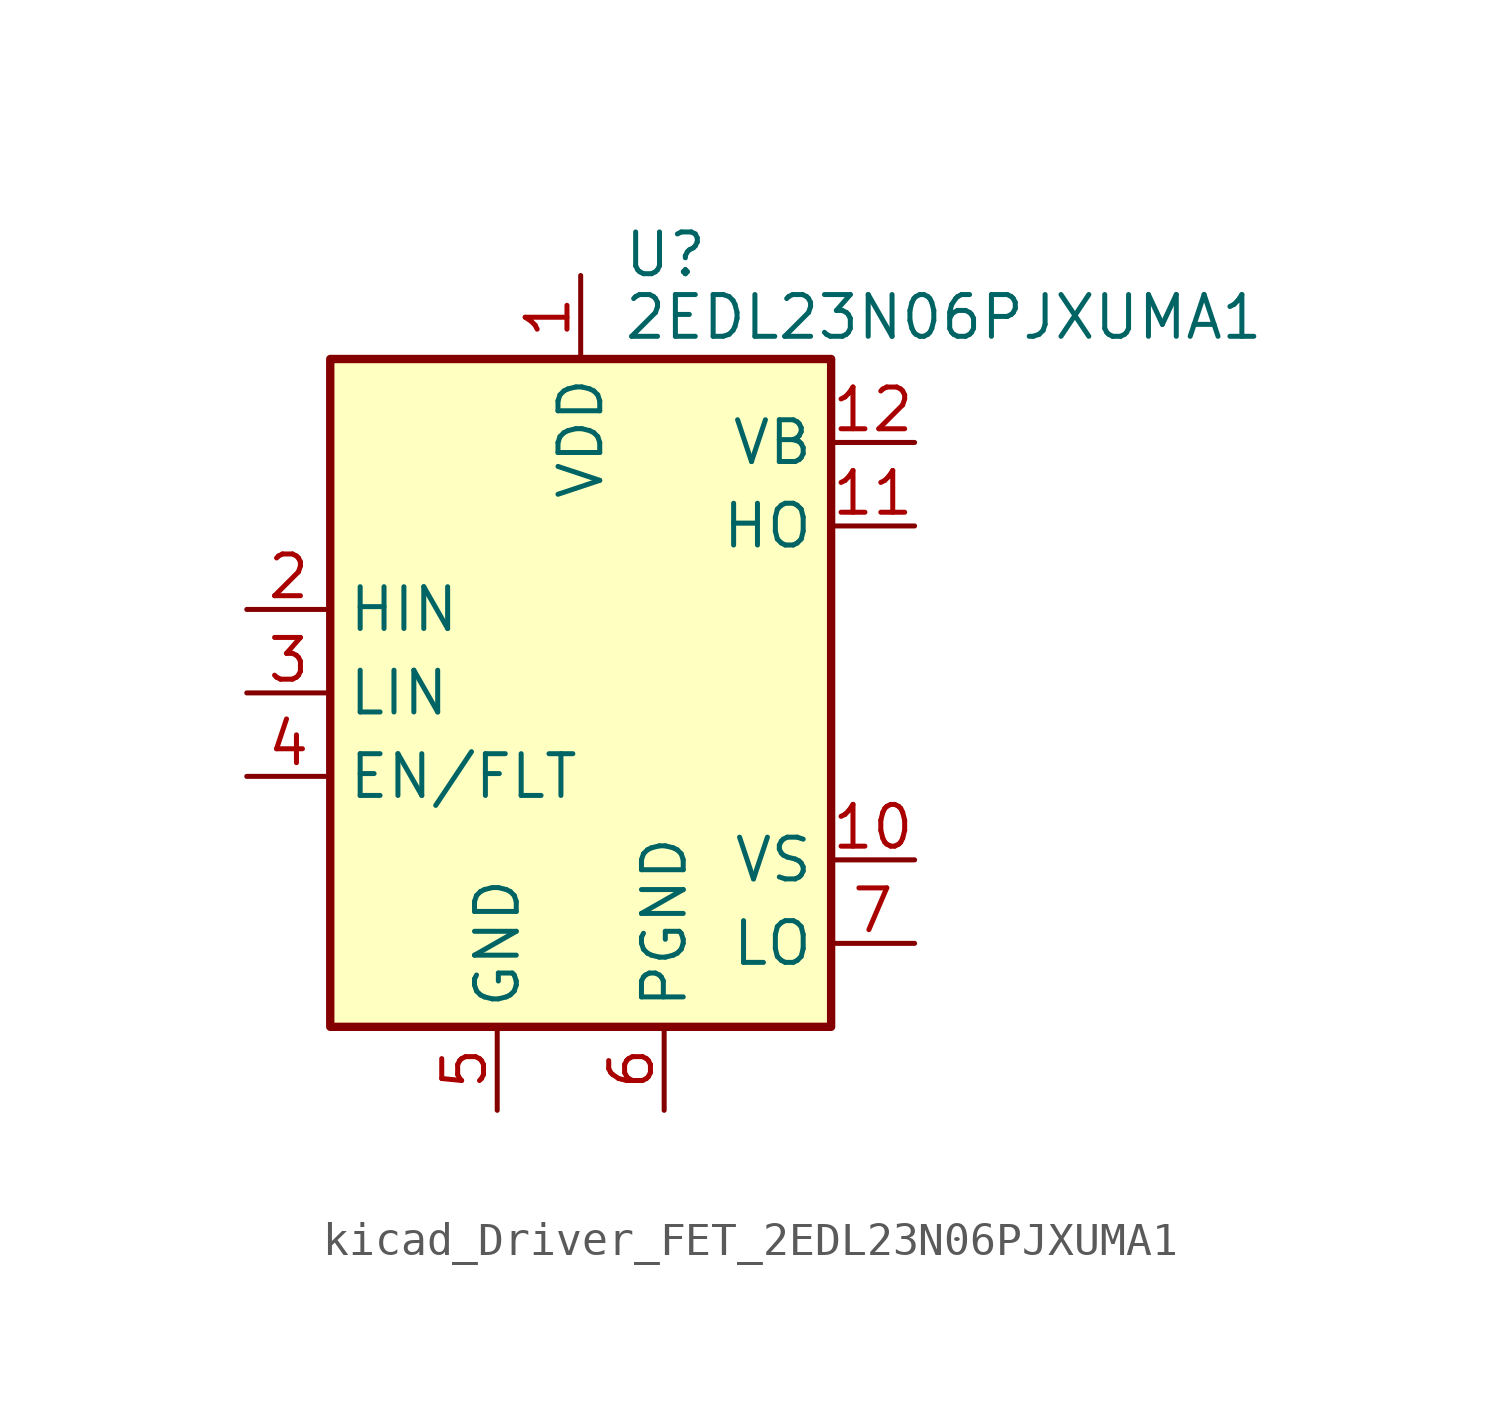
<source format=kicad_sym>
(kicad_symbol_lib
  (version 20220914)
  (generator kicad_symbol_editor)
  (symbol "kicad_Driver_FET_2EDL23N06PJXUMA1"
    (property "Reference" "U"
      (at 1.27 13.335 0)
      (effects (font (size 1.27 1.27)) (justify left)))
    (property "Value" "2EDL23N06PJXUMA1"
      (at 1.27 11.43 0)
      (effects (font (size 1.27 1.27)) (justify left)))
    (symbol "kicad_Driver_FET_2EDL23N06PJXUMA1_0_1"
      (rectangle (start -7.62 -10.16) (end 7.62 10.16) (stroke (width 0.254) (type default)) (fill (type background))))
    (symbol "kicad_Driver_FET_2EDL23N06PJXUMA1_1_1"
      (pin power_in line (at 0 12.7 270) (length 2.54) (name "VDD" (effects (font (size 1.27 1.27)))) (number "1" (effects (font (size 1.27 1.27)))))
      (pin passive line (at 10.16 -5.08 180) (length 2.54) (name "VS" (effects (font (size 1.27 1.27)))) (number "10" (effects (font (size 1.27 1.27)))))
      (pin output line (at 10.16 5.08 180) (length 2.54) (name "HO" (effects (font (size 1.27 1.27)))) (number "11" (effects (font (size 1.27 1.27)))))
      (pin passive line (at 10.16 7.62 180) (length 2.54) (name "VB" (effects (font (size 1.27 1.27)))) (number "12" (effects (font (size 1.27 1.27)))))
      (pin no_connect line (at 7.62 0 180) (length 2.54) hide (name "NC" (effects (font (size 1.27 1.27)))) (number "13" (effects (font (size 1.27 1.27)))))
      (pin no_connect line (at 7.62 2.54 180) (length 2.54) hide (name "NC" (effects (font (size 1.27 1.27)))) (number "14" (effects (font (size 1.27 1.27)))))
      (pin input line (at -10.16 2.54 0) (length 2.54) (name "HIN" (effects (font (size 1.27 1.27)))) (number "2" (effects (font (size 1.27 1.27)))))
      (pin input line (at -10.16 0 0) (length 2.54) (name "LIN" (effects (font (size 1.27 1.27)))) (number "3" (effects (font (size 1.27 1.27)))))
      (pin open_collector line (at -10.16 -2.54 0) (length 2.54) (name "EN/FLT" (effects (font (size 1.27 1.27)))) (number "4" (effects (font (size 1.27 1.27)))))
      (pin power_in line (at -2.54 -12.7 90) (length 2.54) (name "GND" (effects (font (size 1.27 1.27)))) (number "5" (effects (font (size 1.27 1.27)))))
      (pin power_in line (at 2.54 -12.7 90) (length 2.54) (name "PGND" (effects (font (size 1.27 1.27)))) (number "6" (effects (font (size 1.27 1.27)))))
      (pin output line (at 10.16 -7.62 180) (length 2.54) (name "LO" (effects (font (size 1.27 1.27)))) (number "7" (effects (font (size 1.27 1.27)))))
      (pin no_connect line (at -7.62 5.08 0) (length 2.54) hide (name "NC" (effects (font (size 1.27 1.27)))) (number "8" (effects (font (size 1.27 1.27)))))
      (pin no_connect line (at -7.62 -5.08 0) (length 2.54) hide (name "NC" (effects (font (size 1.27 1.27)))) (number "9" (effects (font (size 1.27 1.27))))))))
</source>
